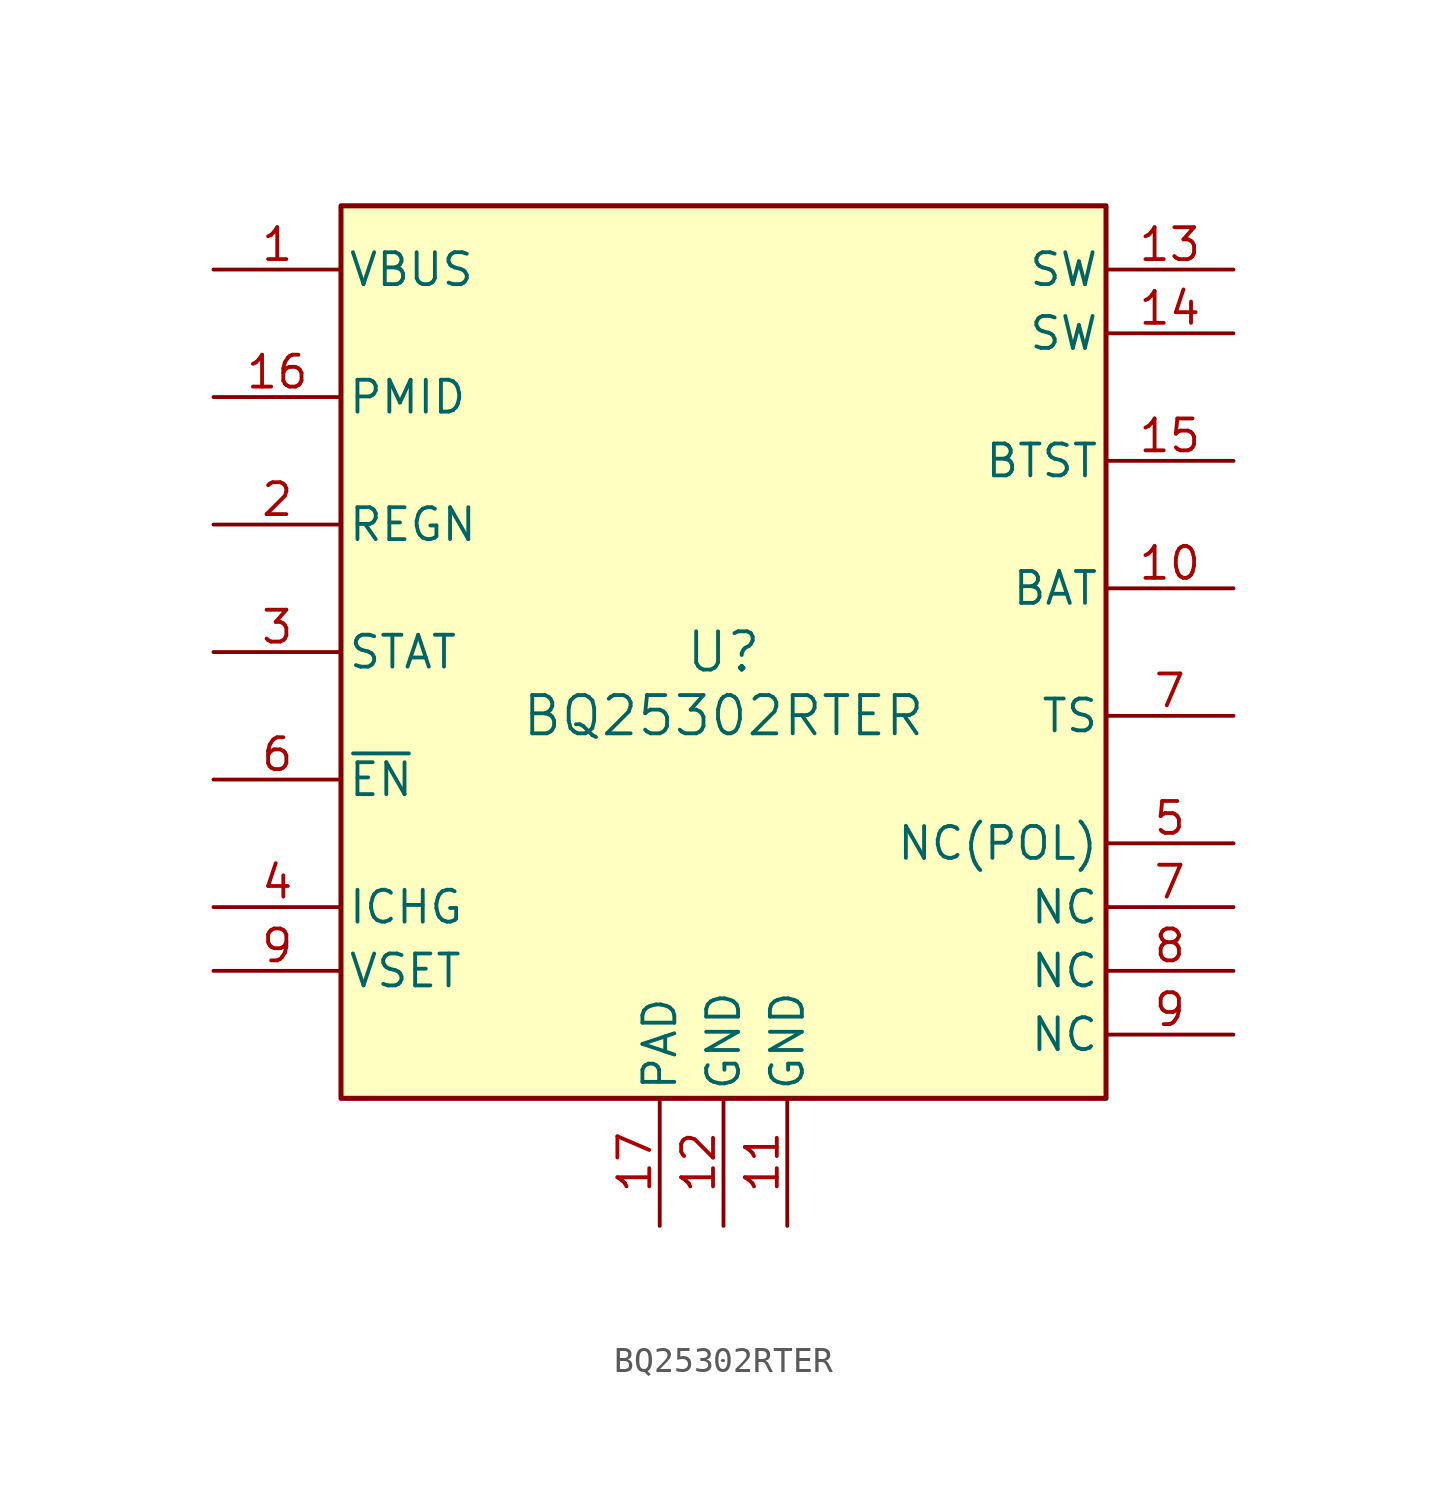
<source format=kicad_sym>
(kicad_symbol_lib
  (version 20220914)
  (generator kicad_symbol_editor)
  (symbol "BQ25302RTER"
    (pin_names
      (offset 0.254))
    (property "Reference" "U"
      (at 0 2.54 0)
      (effects (font (size 1.524 1.524))))
    (property "Value" "BQ25302RTER"
      (at 0 0 0)
      (effects (font (size 1.524 1.524))))
    (property "ki_locked" ""
      (at 0 0 0)
      (effects (font (size 1.27 1.27))))
    (symbol "BQ25302RTER_0_1"
      (pin power_in line (at 2.54 -20.32 90) (length 5.08) (name "GND" (effects (font (size 1.27 1.27)))) (number "11" (effects (font (size 1.27 1.27)))))
      (pin power_in line (at 0 -20.32 90) (length 5.08) (name "GND" (effects (font (size 1.27 1.27)))) (number "12" (effects (font (size 1.27 1.27)))))
      (pin power_in line (at 20.32 17.78 180) (length 5.08) (name "SW" (effects (font (size 1.27 1.27)))) (number "13" (effects (font (size 1.27 1.27)))))
      (pin power_in line (at -2.54 -20.32 90) (length 5.08) (name "PAD" (effects (font (size 1.27 1.27)))) (number "17" (effects (font (size 1.27 1.27)))))
      (pin open_collector line (at -20.32 2.54 0) (length 5.08) (name "STAT" (effects (font (size 1.27 1.27)))) (number "3" (effects (font (size 1.27 1.27)))))
      (pin unspecified line (at 20.32 -7.62 180) (length 5.08) (name "NC" (effects (font (size 1.27 1.27)))) (number "7" (effects (font (size 1.27 1.27)))))
      (pin unspecified line (at 20.32 -10.16 180) (length 5.08) (name "NC" (effects (font (size 1.27 1.27)))) (number "8" (effects (font (size 1.27 1.27)))))
      (pin unspecified line (at 20.32 -12.7 180) (length 5.08) (name "NC" (effects (font (size 1.27 1.27)))) (number "9" (effects (font (size 1.27 1.27))))))
    (symbol "BQ25302RTER_1_1"
      (rectangle (start -15.24 20.32) (end 15.24 -15.24) (stroke (width 0.2) (type default)) (fill (type background)))
      (pin power_in line (at -20.32 17.78 0) (length 5.08) (name "VBUS" (effects (font (size 1.27 1.27)))) (number "1" (effects (font (size 1.27 1.27)))))
      (pin power_in line (at 20.32 5.08 180) (length 5.08) (name "BAT" (effects (font (size 1.27 1.27)))) (number "10" (effects (font (size 1.27 1.27)))))
      (pin power_in line (at 20.32 15.24 180) (length 5.08) (name "SW" (effects (font (size 1.27 1.27)))) (number "14" (effects (font (size 1.27 1.27)))))
      (pin power_in line (at 20.32 10.16 180) (length 5.08) (name "BTST" (effects (font (size 1.27 1.27)))) (number "15" (effects (font (size 1.27 1.27)))))
      (pin output line (at -20.32 12.7 0) (length 5.08) (name "PMID" (effects (font (size 1.27 1.27)))) (number "16" (effects (font (size 1.27 1.27)))))
      (pin power_in line (at -20.32 7.62 0) (length 5.08) (name "REGN" (effects (font (size 1.27 1.27)))) (number "2" (effects (font (size 1.27 1.27)))))
      (pin bidirectional line (at -20.32 -7.62 0) (length 5.08) (name "ICHG" (effects (font (size 1.27 1.27)))) (number "4" (effects (font (size 1.27 1.27)))))
      (pin unspecified line (at 20.32 -5.08 180) (length 5.08) (name "NC(POL)" (effects (font (size 1.27 1.27)))) (number "5" (effects (font (size 1.27 1.27)))))
      (pin input line (at -20.32 -2.54 0) (length 5.08) (name "~{EN}" (effects (font (size 1.27 1.27)))) (number "6" (effects (font (size 1.27 1.27)))))
      (pin input line (at 20.32 0 180) (length 5.08) (name "TS" (effects (font (size 1.27 1.27)))) (number "7" (effects (font (size 1.27 1.27)))))
      (pin input line (at -20.32 -10.16 0) (length 5.08) (name "VSET" (effects (font (size 1.27 1.27)))) (number "9" (effects (font (size 1.27 1.27))))))))
</source>
